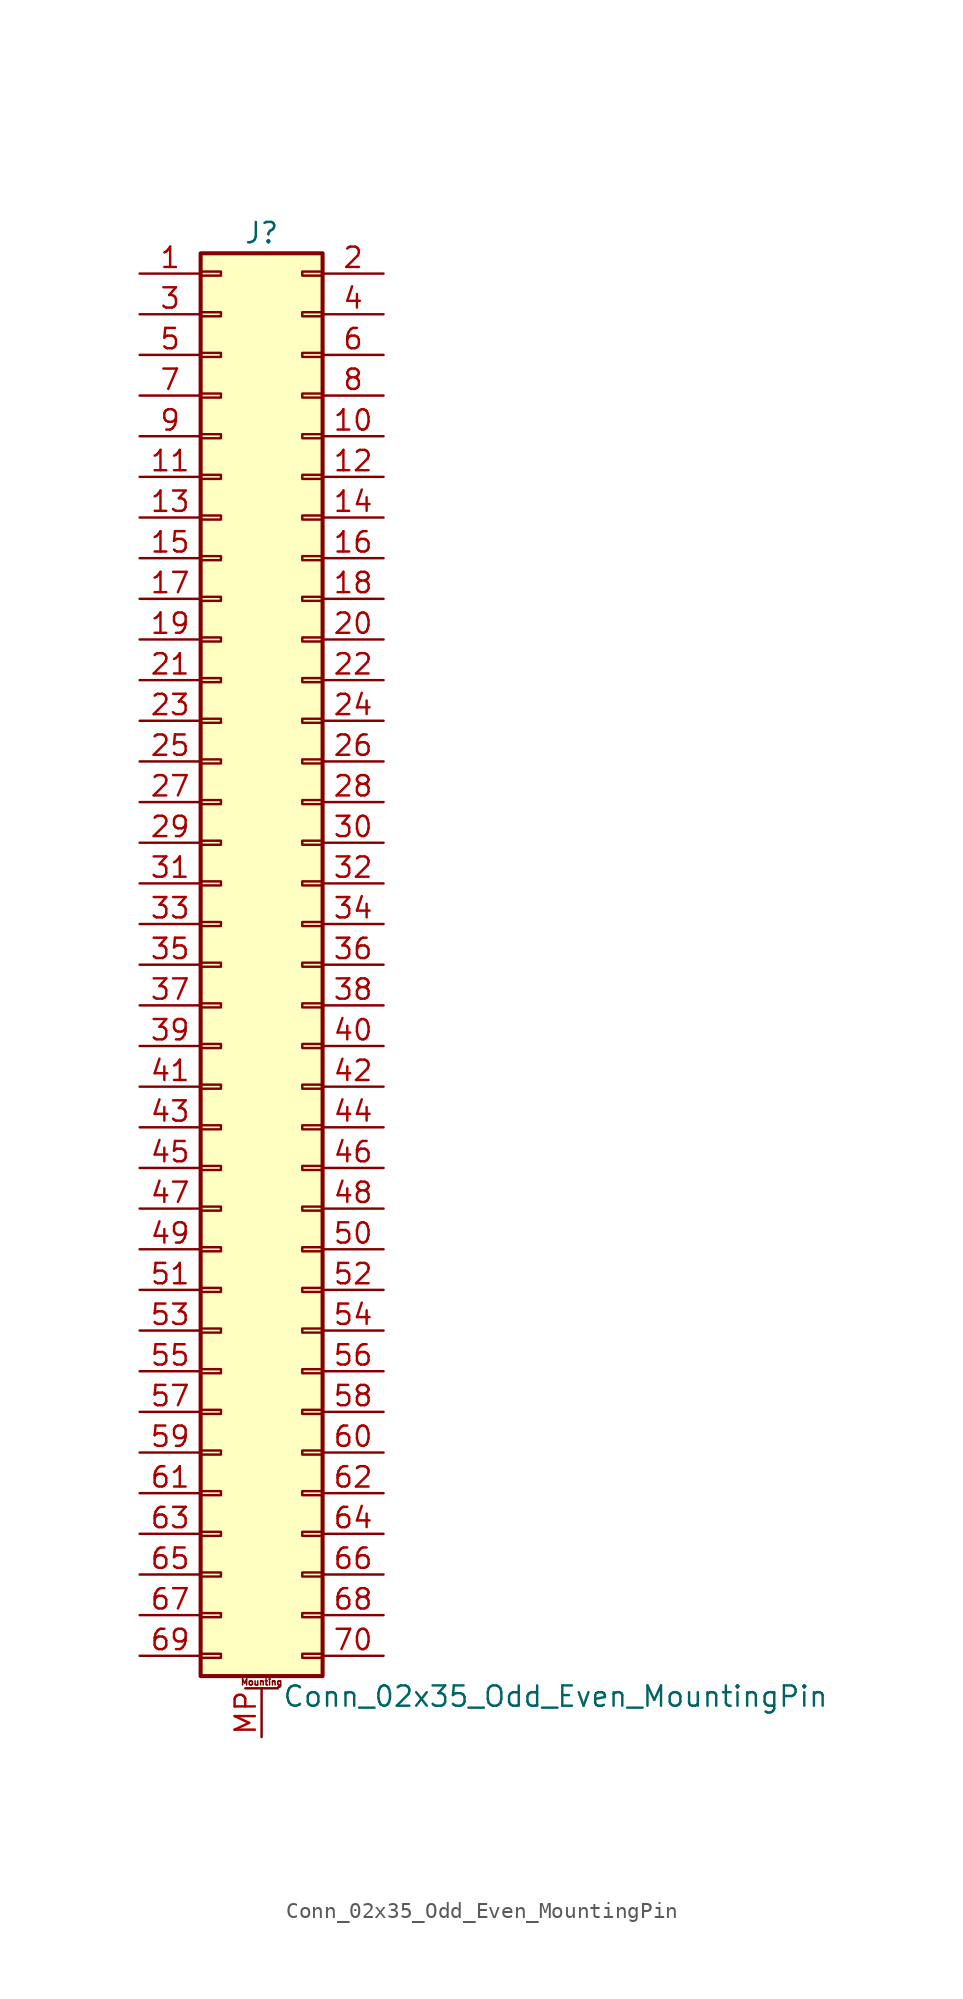
<source format=kicad_sym>
(kicad_symbol_lib
  (version 20220914)
  (generator kicad_symbol_editor)
  (symbol "Conn_02x35_Odd_Even_MountingPin"
    (pin_names
      (offset 1.016) hide)
    (property "Reference" "J"
      (at 0 45.72 0)
      (effects (font (size 1.27 1.27))))
    (property "Value" "Conn_02x35_Odd_Even_MountingPin"
      (at 1.27 -45.72 0)
      (effects (font (size 1.27 1.27)) (justify left)))
    (symbol "Conn_02x35_Odd_Even_MountingPin_1_1"
      (rectangle (start -3.81 -43.053) (end -2.54 -43.307) (stroke (width 0.152) (type default)) (fill (type none)))
      (rectangle (start -3.81 -40.513) (end -2.54 -40.767) (stroke (width 0.152) (type default)) (fill (type none)))
      (rectangle (start -3.81 -37.973) (end -2.54 -38.227) (stroke (width 0.152) (type default)) (fill (type none)))
      (rectangle (start -3.81 -35.433) (end -2.54 -35.687) (stroke (width 0.152) (type default)) (fill (type none)))
      (rectangle (start -3.81 -32.893) (end -2.54 -33.147) (stroke (width 0.152) (type default)) (fill (type none)))
      (rectangle (start -3.81 -30.353) (end -2.54 -30.607) (stroke (width 0.152) (type default)) (fill (type none)))
      (rectangle (start -3.81 -27.813) (end -2.54 -28.067) (stroke (width 0.152) (type default)) (fill (type none)))
      (rectangle (start -3.81 -25.273) (end -2.54 -25.527) (stroke (width 0.152) (type default)) (fill (type none)))
      (rectangle (start -3.81 -22.733) (end -2.54 -22.987) (stroke (width 0.152) (type default)) (fill (type none)))
      (rectangle (start -3.81 -20.193) (end -2.54 -20.447) (stroke (width 0.152) (type default)) (fill (type none)))
      (rectangle (start -3.81 -17.653) (end -2.54 -17.907) (stroke (width 0.152) (type default)) (fill (type none)))
      (rectangle (start -3.81 -15.113) (end -2.54 -15.367) (stroke (width 0.152) (type default)) (fill (type none)))
      (rectangle (start -3.81 -12.573) (end -2.54 -12.827) (stroke (width 0.152) (type default)) (fill (type none)))
      (rectangle (start -3.81 -10.033) (end -2.54 -10.287) (stroke (width 0.152) (type default)) (fill (type none)))
      (rectangle (start -3.81 -7.493) (end -2.54 -7.747) (stroke (width 0.152) (type default)) (fill (type none)))
      (rectangle (start -3.81 -4.953) (end -2.54 -5.207) (stroke (width 0.152) (type default)) (fill (type none)))
      (rectangle (start -3.81 -2.413) (end -2.54 -2.667) (stroke (width 0.152) (type default)) (fill (type none)))
      (rectangle (start -3.81 0.127) (end -2.54 -0.127) (stroke (width 0.152) (type default)) (fill (type none)))
      (rectangle (start -3.81 2.667) (end -2.54 2.413) (stroke (width 0.152) (type default)) (fill (type none)))
      (rectangle (start -3.81 5.207) (end -2.54 4.953) (stroke (width 0.152) (type default)) (fill (type none)))
      (rectangle (start -3.81 7.747) (end -2.54 7.493) (stroke (width 0.152) (type default)) (fill (type none)))
      (rectangle (start -3.81 10.287) (end -2.54 10.033) (stroke (width 0.152) (type default)) (fill (type none)))
      (rectangle (start -3.81 12.827) (end -2.54 12.573) (stroke (width 0.152) (type default)) (fill (type none)))
      (rectangle (start -3.81 15.367) (end -2.54 15.113) (stroke (width 0.152) (type default)) (fill (type none)))
      (rectangle (start -3.81 17.907) (end -2.54 17.653) (stroke (width 0.152) (type default)) (fill (type none)))
      (rectangle (start -3.81 20.447) (end -2.54 20.193) (stroke (width 0.152) (type default)) (fill (type none)))
      (rectangle (start -3.81 22.987) (end -2.54 22.733) (stroke (width 0.152) (type default)) (fill (type none)))
      (rectangle (start -3.81 25.527) (end -2.54 25.273) (stroke (width 0.152) (type default)) (fill (type none)))
      (rectangle (start -3.81 28.067) (end -2.54 27.813) (stroke (width 0.152) (type default)) (fill (type none)))
      (rectangle (start -3.81 30.607) (end -2.54 30.353) (stroke (width 0.152) (type default)) (fill (type none)))
      (rectangle (start -3.81 33.147) (end -2.54 32.893) (stroke (width 0.152) (type default)) (fill (type none)))
      (rectangle (start -3.81 35.687) (end -2.54 35.433) (stroke (width 0.152) (type default)) (fill (type none)))
      (rectangle (start -3.81 38.227) (end -2.54 37.973) (stroke (width 0.152) (type default)) (fill (type none)))
      (rectangle (start -3.81 40.767) (end -2.54 40.513) (stroke (width 0.152) (type default)) (fill (type none)))
      (rectangle (start -3.81 43.307) (end -2.54 43.053) (stroke (width 0.152) (type default)) (fill (type none)))
      (rectangle (start -3.81 44.45) (end 3.81 -44.45) (stroke (width 0.254) (type default)) (fill (type background)))
      (polyline (pts (xy -1.016 -45.212) (xy 1.016 -45.212)) (stroke (width 0.152) (type default)) (fill (type none)))
      (rectangle (start 3.81 -43.053) (end 2.54 -43.307) (stroke (width 0.152) (type default)) (fill (type none)))
      (rectangle (start 3.81 -40.513) (end 2.54 -40.767) (stroke (width 0.152) (type default)) (fill (type none)))
      (rectangle (start 3.81 -37.973) (end 2.54 -38.227) (stroke (width 0.152) (type default)) (fill (type none)))
      (rectangle (start 3.81 -35.433) (end 2.54 -35.687) (stroke (width 0.152) (type default)) (fill (type none)))
      (rectangle (start 3.81 -32.893) (end 2.54 -33.147) (stroke (width 0.152) (type default)) (fill (type none)))
      (rectangle (start 3.81 -30.353) (end 2.54 -30.607) (stroke (width 0.152) (type default)) (fill (type none)))
      (rectangle (start 3.81 -27.813) (end 2.54 -28.067) (stroke (width 0.152) (type default)) (fill (type none)))
      (rectangle (start 3.81 -25.273) (end 2.54 -25.527) (stroke (width 0.152) (type default)) (fill (type none)))
      (rectangle (start 3.81 -22.733) (end 2.54 -22.987) (stroke (width 0.152) (type default)) (fill (type none)))
      (rectangle (start 3.81 -20.193) (end 2.54 -20.447) (stroke (width 0.152) (type default)) (fill (type none)))
      (rectangle (start 3.81 -17.653) (end 2.54 -17.907) (stroke (width 0.152) (type default)) (fill (type none)))
      (rectangle (start 3.81 -15.113) (end 2.54 -15.367) (stroke (width 0.152) (type default)) (fill (type none)))
      (rectangle (start 3.81 -12.573) (end 2.54 -12.827) (stroke (width 0.152) (type default)) (fill (type none)))
      (rectangle (start 3.81 -10.033) (end 2.54 -10.287) (stroke (width 0.152) (type default)) (fill (type none)))
      (rectangle (start 3.81 -7.493) (end 2.54 -7.747) (stroke (width 0.152) (type default)) (fill (type none)))
      (rectangle (start 3.81 -4.953) (end 2.54 -5.207) (stroke (width 0.152) (type default)) (fill (type none)))
      (rectangle (start 3.81 -2.413) (end 2.54 -2.667) (stroke (width 0.152) (type default)) (fill (type none)))
      (rectangle (start 3.81 0.127) (end 2.54 -0.127) (stroke (width 0.152) (type default)) (fill (type none)))
      (rectangle (start 3.81 2.667) (end 2.54 2.413) (stroke (width 0.152) (type default)) (fill (type none)))
      (rectangle (start 3.81 5.207) (end 2.54 4.953) (stroke (width 0.152) (type default)) (fill (type none)))
      (rectangle (start 3.81 7.747) (end 2.54 7.493) (stroke (width 0.152) (type default)) (fill (type none)))
      (rectangle (start 3.81 10.287) (end 2.54 10.033) (stroke (width 0.152) (type default)) (fill (type none)))
      (rectangle (start 3.81 12.827) (end 2.54 12.573) (stroke (width 0.152) (type default)) (fill (type none)))
      (rectangle (start 3.81 15.367) (end 2.54 15.113) (stroke (width 0.152) (type default)) (fill (type none)))
      (rectangle (start 3.81 17.907) (end 2.54 17.653) (stroke (width 0.152) (type default)) (fill (type none)))
      (rectangle (start 3.81 20.447) (end 2.54 20.193) (stroke (width 0.152) (type default)) (fill (type none)))
      (rectangle (start 3.81 22.987) (end 2.54 22.733) (stroke (width 0.152) (type default)) (fill (type none)))
      (rectangle (start 3.81 25.527) (end 2.54 25.273) (stroke (width 0.152) (type default)) (fill (type none)))
      (rectangle (start 3.81 28.067) (end 2.54 27.813) (stroke (width 0.152) (type default)) (fill (type none)))
      (rectangle (start 3.81 30.607) (end 2.54 30.353) (stroke (width 0.152) (type default)) (fill (type none)))
      (rectangle (start 3.81 33.147) (end 2.54 32.893) (stroke (width 0.152) (type default)) (fill (type none)))
      (rectangle (start 3.81 35.687) (end 2.54 35.433) (stroke (width 0.152) (type default)) (fill (type none)))
      (rectangle (start 3.81 38.227) (end 2.54 37.973) (stroke (width 0.152) (type default)) (fill (type none)))
      (rectangle (start 3.81 40.767) (end 2.54 40.513) (stroke (width 0.152) (type default)) (fill (type none)))
      (rectangle (start 3.81 43.307) (end 2.54 43.053) (stroke (width 0.152) (type default)) (fill (type none)))
      (text "Mounting" (at 0 -44.831 0) (effects (font (size 0.381 0.381))))
      (pin passive line (at -7.62 43.18 0) (length 3.81) (name "Pin_1" (effects (font (size 1.27 1.27)))) (number "1" (effects (font (size 1.27 1.27)))))
      (pin passive line (at 7.62 33.02 180) (length 3.81) (name "Pin_10" (effects (font (size 1.27 1.27)))) (number "10" (effects (font (size 1.27 1.27)))))
      (pin passive line (at -7.62 30.48 0) (length 3.81) (name "Pin_11" (effects (font (size 1.27 1.27)))) (number "11" (effects (font (size 1.27 1.27)))))
      (pin passive line (at 7.62 30.48 180) (length 3.81) (name "Pin_12" (effects (font (size 1.27 1.27)))) (number "12" (effects (font (size 1.27 1.27)))))
      (pin passive line (at -7.62 27.94 0) (length 3.81) (name "Pin_13" (effects (font (size 1.27 1.27)))) (number "13" (effects (font (size 1.27 1.27)))))
      (pin passive line (at 7.62 27.94 180) (length 3.81) (name "Pin_14" (effects (font (size 1.27 1.27)))) (number "14" (effects (font (size 1.27 1.27)))))
      (pin passive line (at -7.62 25.4 0) (length 3.81) (name "Pin_15" (effects (font (size 1.27 1.27)))) (number "15" (effects (font (size 1.27 1.27)))))
      (pin passive line (at 7.62 25.4 180) (length 3.81) (name "Pin_16" (effects (font (size 1.27 1.27)))) (number "16" (effects (font (size 1.27 1.27)))))
      (pin passive line (at -7.62 22.86 0) (length 3.81) (name "Pin_17" (effects (font (size 1.27 1.27)))) (number "17" (effects (font (size 1.27 1.27)))))
      (pin passive line (at 7.62 22.86 180) (length 3.81) (name "Pin_18" (effects (font (size 1.27 1.27)))) (number "18" (effects (font (size 1.27 1.27)))))
      (pin passive line (at -7.62 20.32 0) (length 3.81) (name "Pin_19" (effects (font (size 1.27 1.27)))) (number "19" (effects (font (size 1.27 1.27)))))
      (pin passive line (at 7.62 43.18 180) (length 3.81) (name "Pin_2" (effects (font (size 1.27 1.27)))) (number "2" (effects (font (size 1.27 1.27)))))
      (pin passive line (at 7.62 20.32 180) (length 3.81) (name "Pin_20" (effects (font (size 1.27 1.27)))) (number "20" (effects (font (size 1.27 1.27)))))
      (pin passive line (at -7.62 17.78 0) (length 3.81) (name "Pin_21" (effects (font (size 1.27 1.27)))) (number "21" (effects (font (size 1.27 1.27)))))
      (pin passive line (at 7.62 17.78 180) (length 3.81) (name "Pin_22" (effects (font (size 1.27 1.27)))) (number "22" (effects (font (size 1.27 1.27)))))
      (pin passive line (at -7.62 15.24 0) (length 3.81) (name "Pin_23" (effects (font (size 1.27 1.27)))) (number "23" (effects (font (size 1.27 1.27)))))
      (pin passive line (at 7.62 15.24 180) (length 3.81) (name "Pin_24" (effects (font (size 1.27 1.27)))) (number "24" (effects (font (size 1.27 1.27)))))
      (pin passive line (at -7.62 12.7 0) (length 3.81) (name "Pin_25" (effects (font (size 1.27 1.27)))) (number "25" (effects (font (size 1.27 1.27)))))
      (pin passive line (at 7.62 12.7 180) (length 3.81) (name "Pin_26" (effects (font (size 1.27 1.27)))) (number "26" (effects (font (size 1.27 1.27)))))
      (pin passive line (at -7.62 10.16 0) (length 3.81) (name "Pin_27" (effects (font (size 1.27 1.27)))) (number "27" (effects (font (size 1.27 1.27)))))
      (pin passive line (at 7.62 10.16 180) (length 3.81) (name "Pin_28" (effects (font (size 1.27 1.27)))) (number "28" (effects (font (size 1.27 1.27)))))
      (pin passive line (at -7.62 7.62 0) (length 3.81) (name "Pin_29" (effects (font (size 1.27 1.27)))) (number "29" (effects (font (size 1.27 1.27)))))
      (pin passive line (at -7.62 40.64 0) (length 3.81) (name "Pin_3" (effects (font (size 1.27 1.27)))) (number "3" (effects (font (size 1.27 1.27)))))
      (pin passive line (at 7.62 7.62 180) (length 3.81) (name "Pin_30" (effects (font (size 1.27 1.27)))) (number "30" (effects (font (size 1.27 1.27)))))
      (pin passive line (at -7.62 5.08 0) (length 3.81) (name "Pin_31" (effects (font (size 1.27 1.27)))) (number "31" (effects (font (size 1.27 1.27)))))
      (pin passive line (at 7.62 5.08 180) (length 3.81) (name "Pin_32" (effects (font (size 1.27 1.27)))) (number "32" (effects (font (size 1.27 1.27)))))
      (pin passive line (at -7.62 2.54 0) (length 3.81) (name "Pin_33" (effects (font (size 1.27 1.27)))) (number "33" (effects (font (size 1.27 1.27)))))
      (pin passive line (at 7.62 2.54 180) (length 3.81) (name "Pin_34" (effects (font (size 1.27 1.27)))) (number "34" (effects (font (size 1.27 1.27)))))
      (pin passive line (at -7.62 0 0) (length 3.81) (name "Pin_35" (effects (font (size 1.27 1.27)))) (number "35" (effects (font (size 1.27 1.27)))))
      (pin passive line (at 7.62 0 180) (length 3.81) (name "Pin_36" (effects (font (size 1.27 1.27)))) (number "36" (effects (font (size 1.27 1.27)))))
      (pin passive line (at -7.62 -2.54 0) (length 3.81) (name "Pin_37" (effects (font (size 1.27 1.27)))) (number "37" (effects (font (size 1.27 1.27)))))
      (pin passive line (at 7.62 -2.54 180) (length 3.81) (name "Pin_38" (effects (font (size 1.27 1.27)))) (number "38" (effects (font (size 1.27 1.27)))))
      (pin passive line (at -7.62 -5.08 0) (length 3.81) (name "Pin_39" (effects (font (size 1.27 1.27)))) (number "39" (effects (font (size 1.27 1.27)))))
      (pin passive line (at 7.62 40.64 180) (length 3.81) (name "Pin_4" (effects (font (size 1.27 1.27)))) (number "4" (effects (font (size 1.27 1.27)))))
      (pin passive line (at 7.62 -5.08 180) (length 3.81) (name "Pin_40" (effects (font (size 1.27 1.27)))) (number "40" (effects (font (size 1.27 1.27)))))
      (pin passive line (at -7.62 -7.62 0) (length 3.81) (name "Pin_41" (effects (font (size 1.27 1.27)))) (number "41" (effects (font (size 1.27 1.27)))))
      (pin passive line (at 7.62 -7.62 180) (length 3.81) (name "Pin_42" (effects (font (size 1.27 1.27)))) (number "42" (effects (font (size 1.27 1.27)))))
      (pin passive line (at -7.62 -10.16 0) (length 3.81) (name "Pin_43" (effects (font (size 1.27 1.27)))) (number "43" (effects (font (size 1.27 1.27)))))
      (pin passive line (at 7.62 -10.16 180) (length 3.81) (name "Pin_44" (effects (font (size 1.27 1.27)))) (number "44" (effects (font (size 1.27 1.27)))))
      (pin passive line (at -7.62 -12.7 0) (length 3.81) (name "Pin_45" (effects (font (size 1.27 1.27)))) (number "45" (effects (font (size 1.27 1.27)))))
      (pin passive line (at 7.62 -12.7 180) (length 3.81) (name "Pin_46" (effects (font (size 1.27 1.27)))) (number "46" (effects (font (size 1.27 1.27)))))
      (pin passive line (at -7.62 -15.24 0) (length 3.81) (name "Pin_47" (effects (font (size 1.27 1.27)))) (number "47" (effects (font (size 1.27 1.27)))))
      (pin passive line (at 7.62 -15.24 180) (length 3.81) (name "Pin_48" (effects (font (size 1.27 1.27)))) (number "48" (effects (font (size 1.27 1.27)))))
      (pin passive line (at -7.62 -17.78 0) (length 3.81) (name "Pin_49" (effects (font (size 1.27 1.27)))) (number "49" (effects (font (size 1.27 1.27)))))
      (pin passive line (at -7.62 38.1 0) (length 3.81) (name "Pin_5" (effects (font (size 1.27 1.27)))) (number "5" (effects (font (size 1.27 1.27)))))
      (pin passive line (at 7.62 -17.78 180) (length 3.81) (name "Pin_50" (effects (font (size 1.27 1.27)))) (number "50" (effects (font (size 1.27 1.27)))))
      (pin passive line (at -7.62 -20.32 0) (length 3.81) (name "Pin_51" (effects (font (size 1.27 1.27)))) (number "51" (effects (font (size 1.27 1.27)))))
      (pin passive line (at 7.62 -20.32 180) (length 3.81) (name "Pin_52" (effects (font (size 1.27 1.27)))) (number "52" (effects (font (size 1.27 1.27)))))
      (pin passive line (at -7.62 -22.86 0) (length 3.81) (name "Pin_53" (effects (font (size 1.27 1.27)))) (number "53" (effects (font (size 1.27 1.27)))))
      (pin passive line (at 7.62 -22.86 180) (length 3.81) (name "Pin_54" (effects (font (size 1.27 1.27)))) (number "54" (effects (font (size 1.27 1.27)))))
      (pin passive line (at -7.62 -25.4 0) (length 3.81) (name "Pin_55" (effects (font (size 1.27 1.27)))) (number "55" (effects (font (size 1.27 1.27)))))
      (pin passive line (at 7.62 -25.4 180) (length 3.81) (name "Pin_56" (effects (font (size 1.27 1.27)))) (number "56" (effects (font (size 1.27 1.27)))))
      (pin passive line (at -7.62 -27.94 0) (length 3.81) (name "Pin_57" (effects (font (size 1.27 1.27)))) (number "57" (effects (font (size 1.27 1.27)))))
      (pin passive line (at 7.62 -27.94 180) (length 3.81) (name "Pin_58" (effects (font (size 1.27 1.27)))) (number "58" (effects (font (size 1.27 1.27)))))
      (pin passive line (at -7.62 -30.48 0) (length 3.81) (name "Pin_59" (effects (font (size 1.27 1.27)))) (number "59" (effects (font (size 1.27 1.27)))))
      (pin passive line (at 7.62 38.1 180) (length 3.81) (name "Pin_6" (effects (font (size 1.27 1.27)))) (number "6" (effects (font (size 1.27 1.27)))))
      (pin passive line (at 7.62 -30.48 180) (length 3.81) (name "Pin_60" (effects (font (size 1.27 1.27)))) (number "60" (effects (font (size 1.27 1.27)))))
      (pin passive line (at -7.62 -33.02 0) (length 3.81) (name "Pin_61" (effects (font (size 1.27 1.27)))) (number "61" (effects (font (size 1.27 1.27)))))
      (pin passive line (at 7.62 -33.02 180) (length 3.81) (name "Pin_62" (effects (font (size 1.27 1.27)))) (number "62" (effects (font (size 1.27 1.27)))))
      (pin passive line (at -7.62 -35.56 0) (length 3.81) (name "Pin_63" (effects (font (size 1.27 1.27)))) (number "63" (effects (font (size 1.27 1.27)))))
      (pin passive line (at 7.62 -35.56 180) (length 3.81) (name "Pin_64" (effects (font (size 1.27 1.27)))) (number "64" (effects (font (size 1.27 1.27)))))
      (pin passive line (at -7.62 -38.1 0) (length 3.81) (name "Pin_65" (effects (font (size 1.27 1.27)))) (number "65" (effects (font (size 1.27 1.27)))))
      (pin passive line (at 7.62 -38.1 180) (length 3.81) (name "Pin_66" (effects (font (size 1.27 1.27)))) (number "66" (effects (font (size 1.27 1.27)))))
      (pin passive line (at -7.62 -40.64 0) (length 3.81) (name "Pin_67" (effects (font (size 1.27 1.27)))) (number "67" (effects (font (size 1.27 1.27)))))
      (pin passive line (at 7.62 -40.64 180) (length 3.81) (name "Pin_68" (effects (font (size 1.27 1.27)))) (number "68" (effects (font (size 1.27 1.27)))))
      (pin passive line (at -7.62 -43.18 0) (length 3.81) (name "Pin_69" (effects (font (size 1.27 1.27)))) (number "69" (effects (font (size 1.27 1.27)))))
      (pin passive line (at -7.62 35.56 0) (length 3.81) (name "Pin_7" (effects (font (size 1.27 1.27)))) (number "7" (effects (font (size 1.27 1.27)))))
      (pin passive line (at 7.62 -43.18 180) (length 3.81) (name "Pin_70" (effects (font (size 1.27 1.27)))) (number "70" (effects (font (size 1.27 1.27)))))
      (pin passive line (at 7.62 35.56 180) (length 3.81) (name "Pin_8" (effects (font (size 1.27 1.27)))) (number "8" (effects (font (size 1.27 1.27)))))
      (pin passive line (at -7.62 33.02 0) (length 3.81) (name "Pin_9" (effects (font (size 1.27 1.27)))) (number "9" (effects (font (size 1.27 1.27)))))
      (pin passive line (at 0 -48.26 90) (length 3.048) (name "MountPin" (effects (font (size 1.27 1.27)))) (number "MP" (effects (font (size 1.27 1.27))))))))
</source>
